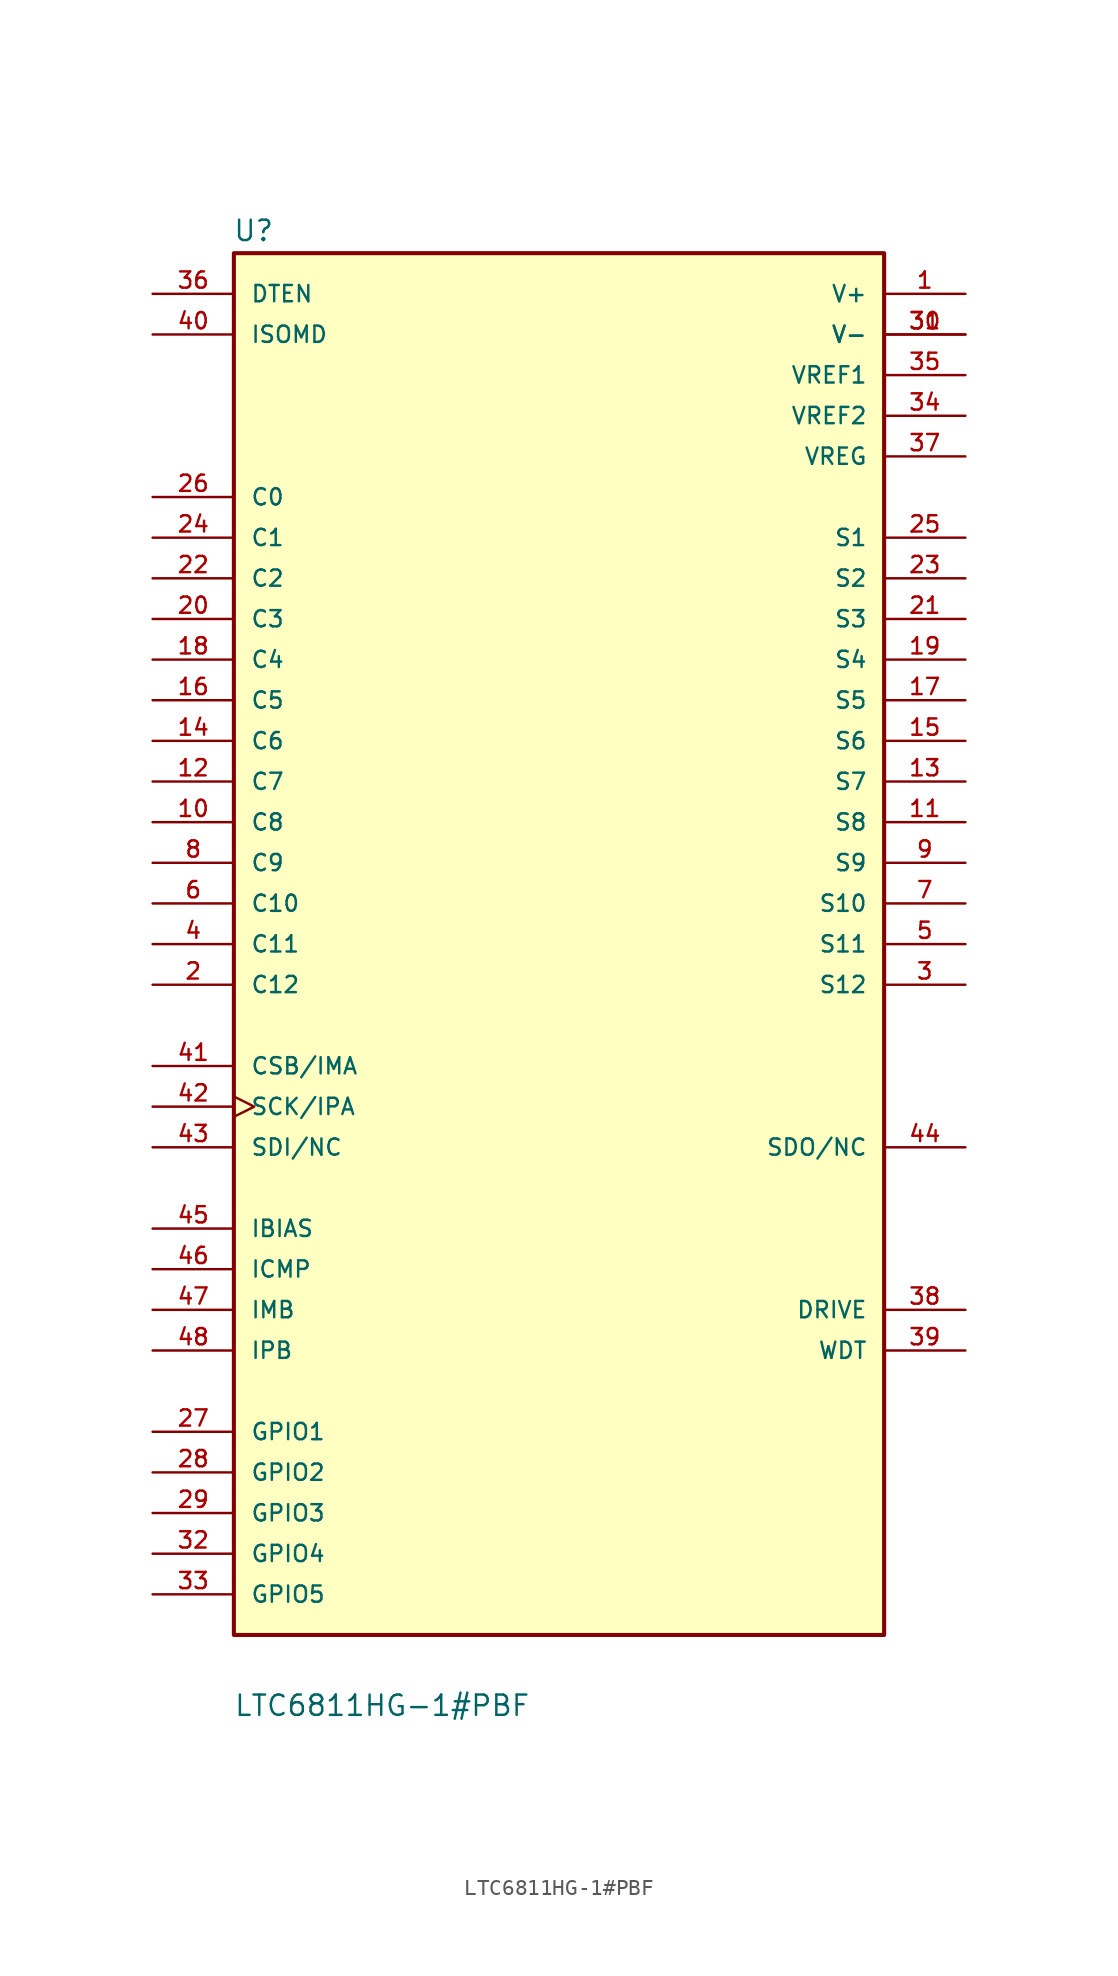
<source format=kicad_sym>
(kicad_symbol_lib
  (version 20211014)
  (generator kicad_symbol_editor)
  (symbol "LTC6811HG-1#PBF"
    (pin_names
      (offset 1.016))
    (property "Reference" "U"
      (at -20.396 43.84 0)
      (effects (font (size 1.27 1.27)) (justify left bottom)))
    (property "Value" "LTC6811HG-1#PBF"
      (at -20.345 -48.336 0)
      (effects (font (size 1.27 1.27)) (justify left bottom)))
    (property "ki_locked" ""
      (at 0 0 0)
      (effects (font (size 1.27 1.27))))
    (symbol "LTC6811HG-1#PBF_0_0"
      (rectangle (start -20.32 -43.18) (end 20.32 43.18) (stroke (width 0.254) (type default) (color 0 0 0 0)) (fill (type background)))
      (pin power_in line (at 25.4 40.64 180) (length 5.08) (name "V+" (effects (font (size 1.016 1.016)))) (number "1" (effects (font (size 1.016 1.016)))))
      (pin input line (at -25.4 7.62 0) (length 5.08) (name "C8" (effects (font (size 1.016 1.016)))) (number "10" (effects (font (size 1.016 1.016)))))
      (pin bidirectional line (at 25.4 7.62 180) (length 5.08) (name "S8" (effects (font (size 1.016 1.016)))) (number "11" (effects (font (size 1.016 1.016)))))
      (pin input line (at -25.4 10.16 0) (length 5.08) (name "C7" (effects (font (size 1.016 1.016)))) (number "12" (effects (font (size 1.016 1.016)))))
      (pin bidirectional line (at 25.4 10.16 180) (length 5.08) (name "S7" (effects (font (size 1.016 1.016)))) (number "13" (effects (font (size 1.016 1.016)))))
      (pin input line (at -25.4 12.7 0) (length 5.08) (name "C6" (effects (font (size 1.016 1.016)))) (number "14" (effects (font (size 1.016 1.016)))))
      (pin bidirectional line (at 25.4 12.7 180) (length 5.08) (name "S6" (effects (font (size 1.016 1.016)))) (number "15" (effects (font (size 1.016 1.016)))))
      (pin input line (at -25.4 15.24 0) (length 5.08) (name "C5" (effects (font (size 1.016 1.016)))) (number "16" (effects (font (size 1.016 1.016)))))
      (pin bidirectional line (at 25.4 15.24 180) (length 5.08) (name "S5" (effects (font (size 1.016 1.016)))) (number "17" (effects (font (size 1.016 1.016)))))
      (pin input line (at -25.4 17.78 0) (length 5.08) (name "C4" (effects (font (size 1.016 1.016)))) (number "18" (effects (font (size 1.016 1.016)))))
      (pin bidirectional line (at 25.4 17.78 180) (length 5.08) (name "S4" (effects (font (size 1.016 1.016)))) (number "19" (effects (font (size 1.016 1.016)))))
      (pin input line (at -25.4 -2.54 0) (length 5.08) (name "C12" (effects (font (size 1.016 1.016)))) (number "2" (effects (font (size 1.016 1.016)))))
      (pin input line (at -25.4 20.32 0) (length 5.08) (name "C3" (effects (font (size 1.016 1.016)))) (number "20" (effects (font (size 1.016 1.016)))))
      (pin bidirectional line (at 25.4 20.32 180) (length 5.08) (name "S3" (effects (font (size 1.016 1.016)))) (number "21" (effects (font (size 1.016 1.016)))))
      (pin input line (at -25.4 22.86 0) (length 5.08) (name "C2" (effects (font (size 1.016 1.016)))) (number "22" (effects (font (size 1.016 1.016)))))
      (pin bidirectional line (at 25.4 22.86 180) (length 5.08) (name "S2" (effects (font (size 1.016 1.016)))) (number "23" (effects (font (size 1.016 1.016)))))
      (pin input line (at -25.4 25.4 0) (length 5.08) (name "C1" (effects (font (size 1.016 1.016)))) (number "24" (effects (font (size 1.016 1.016)))))
      (pin bidirectional line (at 25.4 25.4 180) (length 5.08) (name "S1" (effects (font (size 1.016 1.016)))) (number "25" (effects (font (size 1.016 1.016)))))
      (pin input line (at -25.4 27.94 0) (length 5.08) (name "C0" (effects (font (size 1.016 1.016)))) (number "26" (effects (font (size 1.016 1.016)))))
      (pin bidirectional line (at -25.4 -30.48 0) (length 5.08) (name "GPIO1" (effects (font (size 1.016 1.016)))) (number "27" (effects (font (size 1.016 1.016)))))
      (pin bidirectional line (at -25.4 -33.02 0) (length 5.08) (name "GPIO2" (effects (font (size 1.016 1.016)))) (number "28" (effects (font (size 1.016 1.016)))))
      (pin bidirectional line (at -25.4 -35.56 0) (length 5.08) (name "GPIO3" (effects (font (size 1.016 1.016)))) (number "29" (effects (font (size 1.016 1.016)))))
      (pin bidirectional line (at 25.4 -2.54 180) (length 5.08) (name "S12" (effects (font (size 1.016 1.016)))) (number "3" (effects (font (size 1.016 1.016)))))
      (pin power_in line (at 25.4 38.1 180) (length 5.08) (name "V-" (effects (font (size 1.016 1.016)))) (number "30" (effects (font (size 1.016 1.016)))))
      (pin power_in line (at 25.4 38.1 180) (length 5.08) (name "V-" (effects (font (size 1.016 1.016)))) (number "31" (effects (font (size 1.016 1.016)))))
      (pin bidirectional line (at -25.4 -38.1 0) (length 5.08) (name "GPIO4" (effects (font (size 1.016 1.016)))) (number "32" (effects (font (size 1.016 1.016)))))
      (pin bidirectional line (at -25.4 -40.64 0) (length 5.08) (name "GPIO5" (effects (font (size 1.016 1.016)))) (number "33" (effects (font (size 1.016 1.016)))))
      (pin power_in line (at 25.4 33.02 180) (length 5.08) (name "VREF2" (effects (font (size 1.016 1.016)))) (number "34" (effects (font (size 1.016 1.016)))))
      (pin power_in line (at 25.4 35.56 180) (length 5.08) (name "VREF1" (effects (font (size 1.016 1.016)))) (number "35" (effects (font (size 1.016 1.016)))))
      (pin input line (at -25.4 40.64 0) (length 5.08) (name "DTEN" (effects (font (size 1.016 1.016)))) (number "36" (effects (font (size 1.016 1.016)))))
      (pin power_in line (at 25.4 30.48 180) (length 5.08) (name "VREG" (effects (font (size 1.016 1.016)))) (number "37" (effects (font (size 1.016 1.016)))))
      (pin output line (at 25.4 -22.86 180) (length 5.08) (name "DRIVE" (effects (font (size 1.016 1.016)))) (number "38" (effects (font (size 1.016 1.016)))))
      (pin output line (at 25.4 -25.4 180) (length 5.08) (name "WDT" (effects (font (size 1.016 1.016)))) (number "39" (effects (font (size 1.016 1.016)))))
      (pin input line (at -25.4 0 0) (length 5.08) (name "C11" (effects (font (size 1.016 1.016)))) (number "4" (effects (font (size 1.016 1.016)))))
      (pin input line (at -25.4 38.1 0) (length 5.08) (name "ISOMD" (effects (font (size 1.016 1.016)))) (number "40" (effects (font (size 1.016 1.016)))))
      (pin input line (at -25.4 -7.62 0) (length 5.08) (name "CSB/IMA" (effects (font (size 1.016 1.016)))) (number "41" (effects (font (size 1.016 1.016)))))
      (pin input clock (at -25.4 -10.16 0) (length 5.08) (name "SCK/IPA" (effects (font (size 1.016 1.016)))) (number "42" (effects (font (size 1.016 1.016)))))
      (pin input line (at -25.4 -12.7 0) (length 5.08) (name "SDI/NC" (effects (font (size 1.016 1.016)))) (number "43" (effects (font (size 1.016 1.016)))))
      (pin output line (at 25.4 -12.7 180) (length 5.08) (name "SDO/NC" (effects (font (size 1.016 1.016)))) (number "44" (effects (font (size 1.016 1.016)))))
      (pin bidirectional line (at -25.4 -17.78 0) (length 5.08) (name "IBIAS" (effects (font (size 1.016 1.016)))) (number "45" (effects (font (size 1.016 1.016)))))
      (pin bidirectional line (at -25.4 -20.32 0) (length 5.08) (name "ICMP" (effects (font (size 1.016 1.016)))) (number "46" (effects (font (size 1.016 1.016)))))
      (pin bidirectional line (at -25.4 -22.86 0) (length 5.08) (name "IMB" (effects (font (size 1.016 1.016)))) (number "47" (effects (font (size 1.016 1.016)))))
      (pin bidirectional line (at -25.4 -25.4 0) (length 5.08) (name "IPB" (effects (font (size 1.016 1.016)))) (number "48" (effects (font (size 1.016 1.016)))))
      (pin bidirectional line (at 25.4 0 180) (length 5.08) (name "S11" (effects (font (size 1.016 1.016)))) (number "5" (effects (font (size 1.016 1.016)))))
      (pin input line (at -25.4 2.54 0) (length 5.08) (name "C10" (effects (font (size 1.016 1.016)))) (number "6" (effects (font (size 1.016 1.016)))))
      (pin bidirectional line (at 25.4 2.54 180) (length 5.08) (name "S10" (effects (font (size 1.016 1.016)))) (number "7" (effects (font (size 1.016 1.016)))))
      (pin input line (at -25.4 5.08 0) (length 5.08) (name "C9" (effects (font (size 1.016 1.016)))) (number "8" (effects (font (size 1.016 1.016)))))
      (pin bidirectional line (at 25.4 5.08 180) (length 5.08) (name "S9" (effects (font (size 1.016 1.016)))) (number "9" (effects (font (size 1.016 1.016))))))))
</source>
